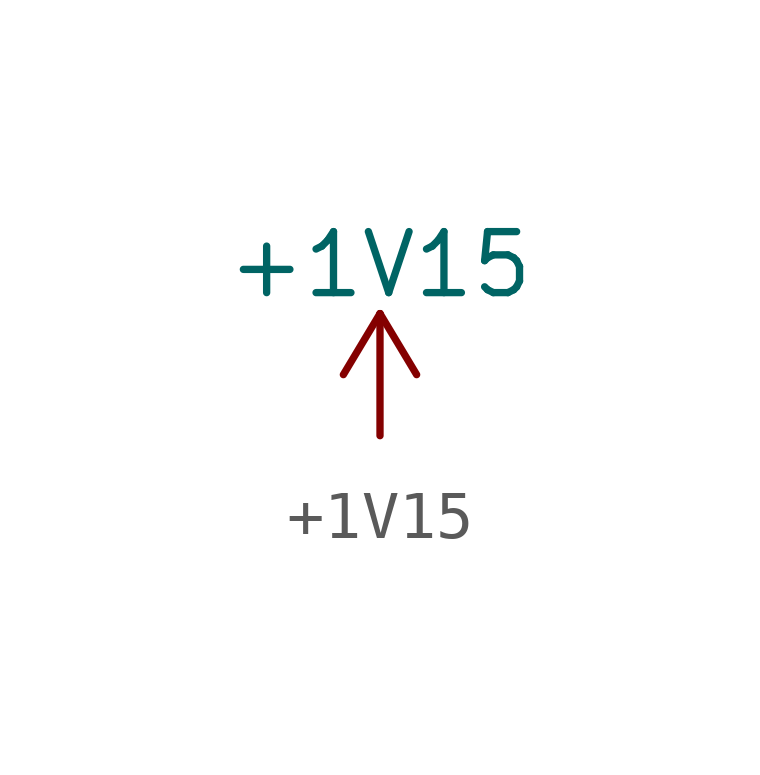
<source format=kicad_sym>
(kicad_symbol_lib
  (version 20211014)
  (generator kicad_symbol_editor)
  (symbol "+1V15"
    (power)
    (pin_names
      (offset 0))
    (property "Reference" "#PWR"
      (at 0 -3.81 0)
      (effects (font (size 1.27 1.27)) hide))
    (property "Value" "+1V15"
      (at 0 3.556 0)
      (effects (font (size 1.27 1.27))))
    (symbol "+1V15_0_1"
      (polyline (pts (xy -0.762 1.27) (xy 0 2.54)) (stroke (width 0) (type default) (color 0 0 0 0)) (fill (type none)))
      (polyline (pts (xy 0 0) (xy 0 2.54)) (stroke (width 0) (type default) (color 0 0 0 0)) (fill (type none)))
      (polyline (pts (xy 0 2.54) (xy 0.762 1.27)) (stroke (width 0) (type default) (color 0 0 0 0)) (fill (type none))))
    (symbol "+1V15_1_1"
      (pin power_in line (at 0 0 90) (length 0) hide (name "+1V15" (effects (font (size 1.27 1.27)))) (number "1" (effects (font (size 1.27 1.27))))))))
</source>
